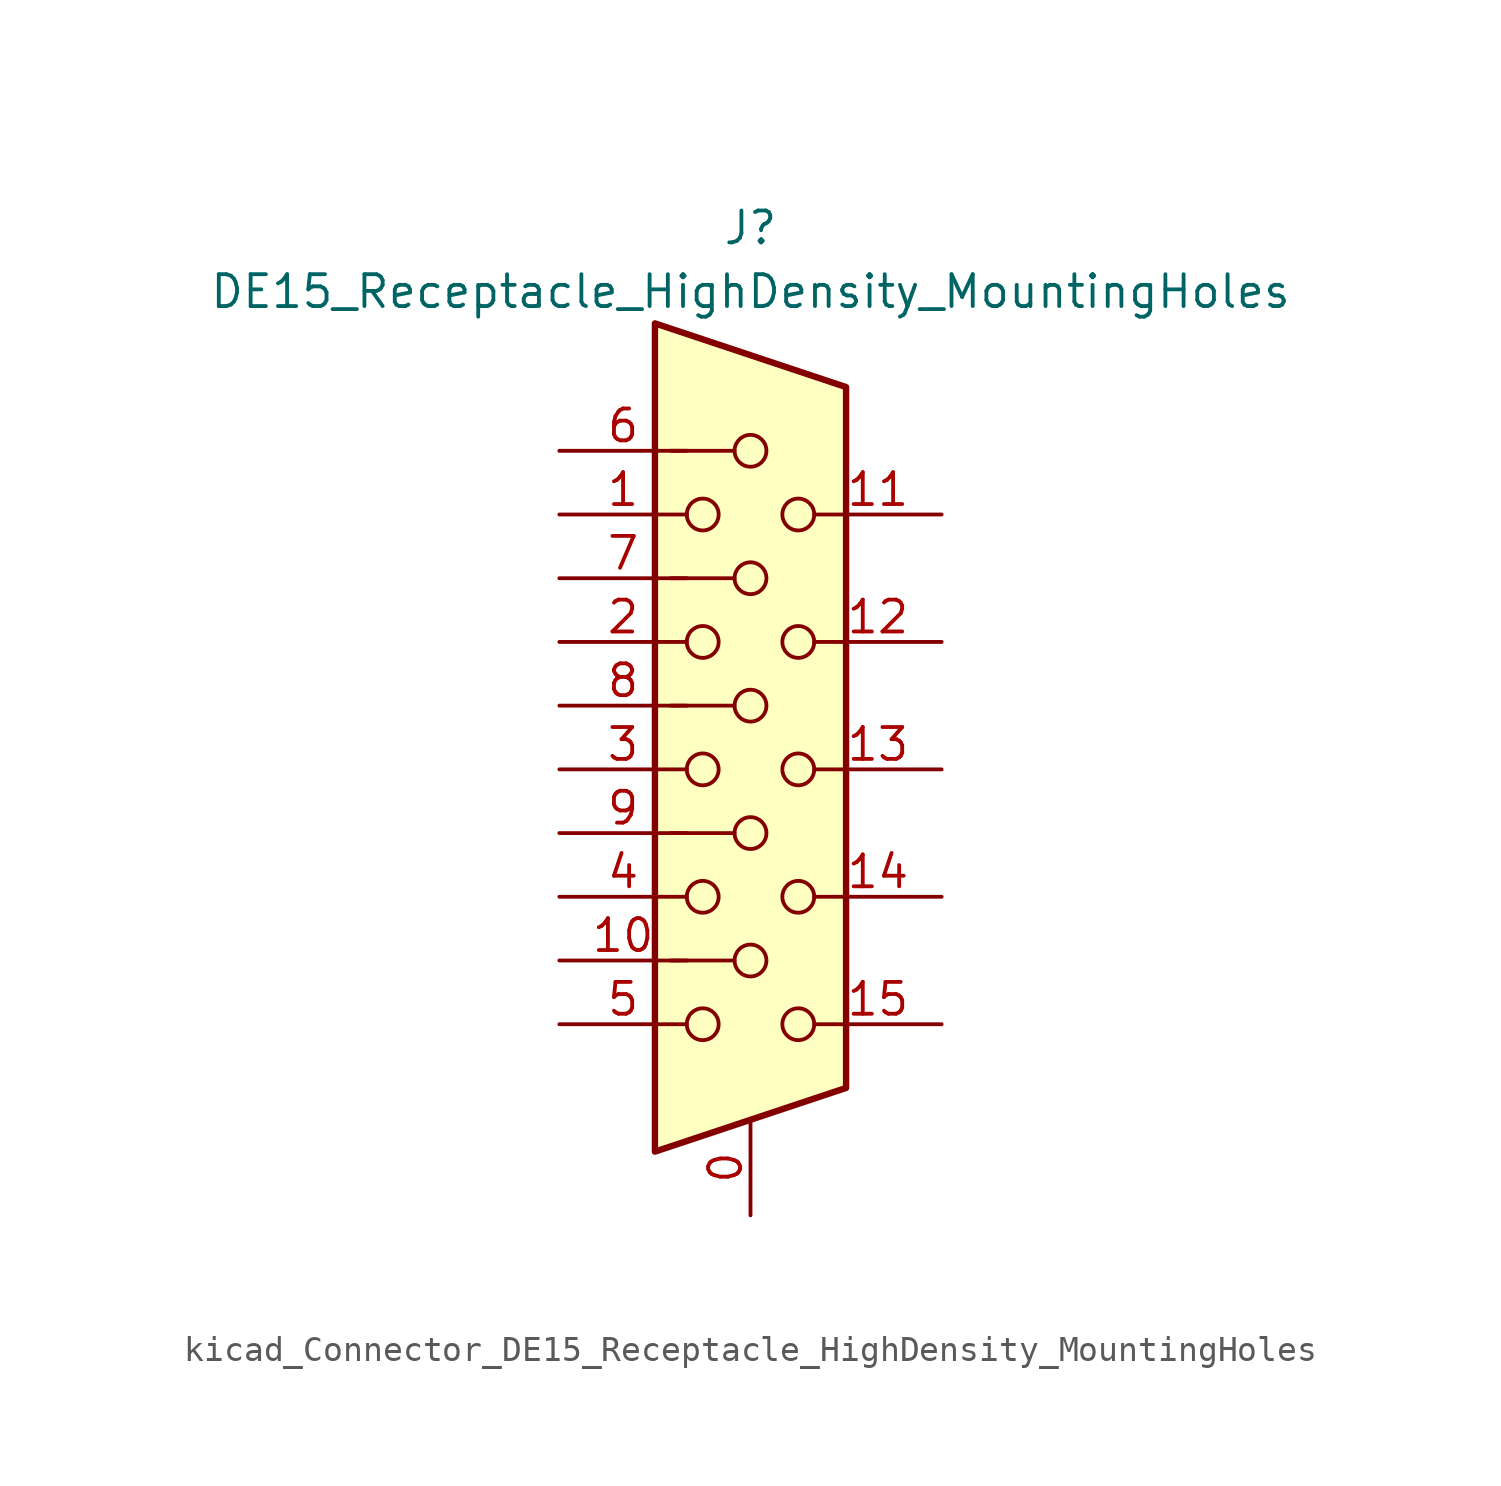
<source format=kicad_sym>
(kicad_symbol_lib
  (version 20220914)
  (generator kicad_symbol_editor)
  (symbol "kicad_Connector_DE15_Receptacle_HighDensity_MountingHoles"
    (pin_names
      (offset 1.016) hide)
    (property "Reference" "J"
      (at 0 21.59 0)
      (effects (font (size 1.27 1.27))))
    (property "Value" "DE15_Receptacle_HighDensity_MountingHoles"
      (at 0 19.05 0)
      (effects (font (size 1.27 1.27))))
    (symbol "kicad_Connector_DE15_Receptacle_HighDensity_MountingHoles_0_1"
      (circle (center -1.905 -10.16) (radius 0.635) (stroke (width 0) (type default)) (fill (type none)))
      (circle (center -1.905 -5.08) (radius 0.635) (stroke (width 0) (type default)) (fill (type none)))
      (circle (center -1.905 0) (radius 0.635) (stroke (width 0) (type default)) (fill (type none)))
      (circle (center -1.905 5.08) (radius 0.635) (stroke (width 0) (type default)) (fill (type none)))
      (circle (center -1.905 10.16) (radius 0.635) (stroke (width 0) (type default)) (fill (type none)))
      (circle (center 0 -7.62) (radius 0.635) (stroke (width 0) (type default)) (fill (type none)))
      (circle (center 0 -2.54) (radius 0.635) (stroke (width 0) (type default)) (fill (type none)))
      (polyline (pts (xy -3.175 7.62) (xy -0.635 7.62)) (stroke (width 0) (type default)) (fill (type none)))
      (polyline (pts (xy -0.635 -7.62) (xy -3.175 -7.62)) (stroke (width 0) (type default)) (fill (type none)))
      (polyline (pts (xy -0.635 -2.54) (xy -3.175 -2.54)) (stroke (width 0) (type default)) (fill (type none)))
      (polyline (pts (xy -0.635 2.54) (xy -3.175 2.54)) (stroke (width 0) (type default)) (fill (type none)))
      (polyline (pts (xy -0.635 12.7) (xy -3.175 12.7)) (stroke (width 0) (type default)) (fill (type none)))
      (polyline (pts (xy -3.81 17.78) (xy -3.81 -15.24) (xy 3.81 -12.7) (xy 3.81 15.24) (xy -3.81 17.78)) (stroke (width 0.254) (type default)) (fill (type background)))
      (circle (center 0 2.54) (radius 0.635) (stroke (width 0) (type default)) (fill (type none)))
      (circle (center 0 7.62) (radius 0.635) (stroke (width 0) (type default)) (fill (type none)))
      (circle (center 0 12.7) (radius 0.635) (stroke (width 0) (type default)) (fill (type none)))
      (circle (center 1.905 -10.16) (radius 0.635) (stroke (width 0) (type default)) (fill (type none)))
      (circle (center 1.905 -5.08) (radius 0.635) (stroke (width 0) (type default)) (fill (type none)))
      (circle (center 1.905 0) (radius 0.635) (stroke (width 0) (type default)) (fill (type none)))
      (circle (center 1.905 5.08) (radius 0.635) (stroke (width 0) (type default)) (fill (type none)))
      (circle (center 1.905 10.16) (radius 0.635) (stroke (width 0) (type default)) (fill (type none))))
    (symbol "kicad_Connector_DE15_Receptacle_HighDensity_MountingHoles_1_1"
      (pin passive line (at 0 -17.78 90) (length 3.81) (name "~" (effects (font (size 1.27 1.27)))) (number "0" (effects (font (size 1.27 1.27)))))
      (pin passive line (at -7.62 10.16 0) (length 5.08) (name "~" (effects (font (size 1.27 1.27)))) (number "1" (effects (font (size 1.27 1.27)))))
      (pin passive line (at -7.62 -7.62 0) (length 5.08) (name "~" (effects (font (size 1.27 1.27)))) (number "10" (effects (font (size 1.27 1.27)))))
      (pin passive line (at 7.62 10.16 180) (length 5.08) (name "~" (effects (font (size 1.27 1.27)))) (number "11" (effects (font (size 1.27 1.27)))))
      (pin passive line (at 7.62 5.08 180) (length 5.08) (name "~" (effects (font (size 1.27 1.27)))) (number "12" (effects (font (size 1.27 1.27)))))
      (pin passive line (at 7.62 0 180) (length 5.08) (name "~" (effects (font (size 1.27 1.27)))) (number "13" (effects (font (size 1.27 1.27)))))
      (pin passive line (at 7.62 -5.08 180) (length 5.08) (name "~" (effects (font (size 1.27 1.27)))) (number "14" (effects (font (size 1.27 1.27)))))
      (pin passive line (at 7.62 -10.16 180) (length 5.08) (name "~" (effects (font (size 1.27 1.27)))) (number "15" (effects (font (size 1.27 1.27)))))
      (pin passive line (at -7.62 5.08 0) (length 5.08) (name "~" (effects (font (size 1.27 1.27)))) (number "2" (effects (font (size 1.27 1.27)))))
      (pin passive line (at -7.62 0 0) (length 5.08) (name "~" (effects (font (size 1.27 1.27)))) (number "3" (effects (font (size 1.27 1.27)))))
      (pin passive line (at -7.62 -5.08 0) (length 5.08) (name "~" (effects (font (size 1.27 1.27)))) (number "4" (effects (font (size 1.27 1.27)))))
      (pin passive line (at -7.62 -10.16 0) (length 5.08) (name "~" (effects (font (size 1.27 1.27)))) (number "5" (effects (font (size 1.27 1.27)))))
      (pin passive line (at -7.62 12.7 0) (length 5.08) (name "~" (effects (font (size 1.27 1.27)))) (number "6" (effects (font (size 1.27 1.27)))))
      (pin passive line (at -7.62 7.62 0) (length 5.08) (name "~" (effects (font (size 1.27 1.27)))) (number "7" (effects (font (size 1.27 1.27)))))
      (pin passive line (at -7.62 2.54 0) (length 5.08) (name "~" (effects (font (size 1.27 1.27)))) (number "8" (effects (font (size 1.27 1.27)))))
      (pin passive line (at -7.62 -2.54 0) (length 5.08) (name "~" (effects (font (size 1.27 1.27)))) (number "9" (effects (font (size 1.27 1.27))))))))
</source>
